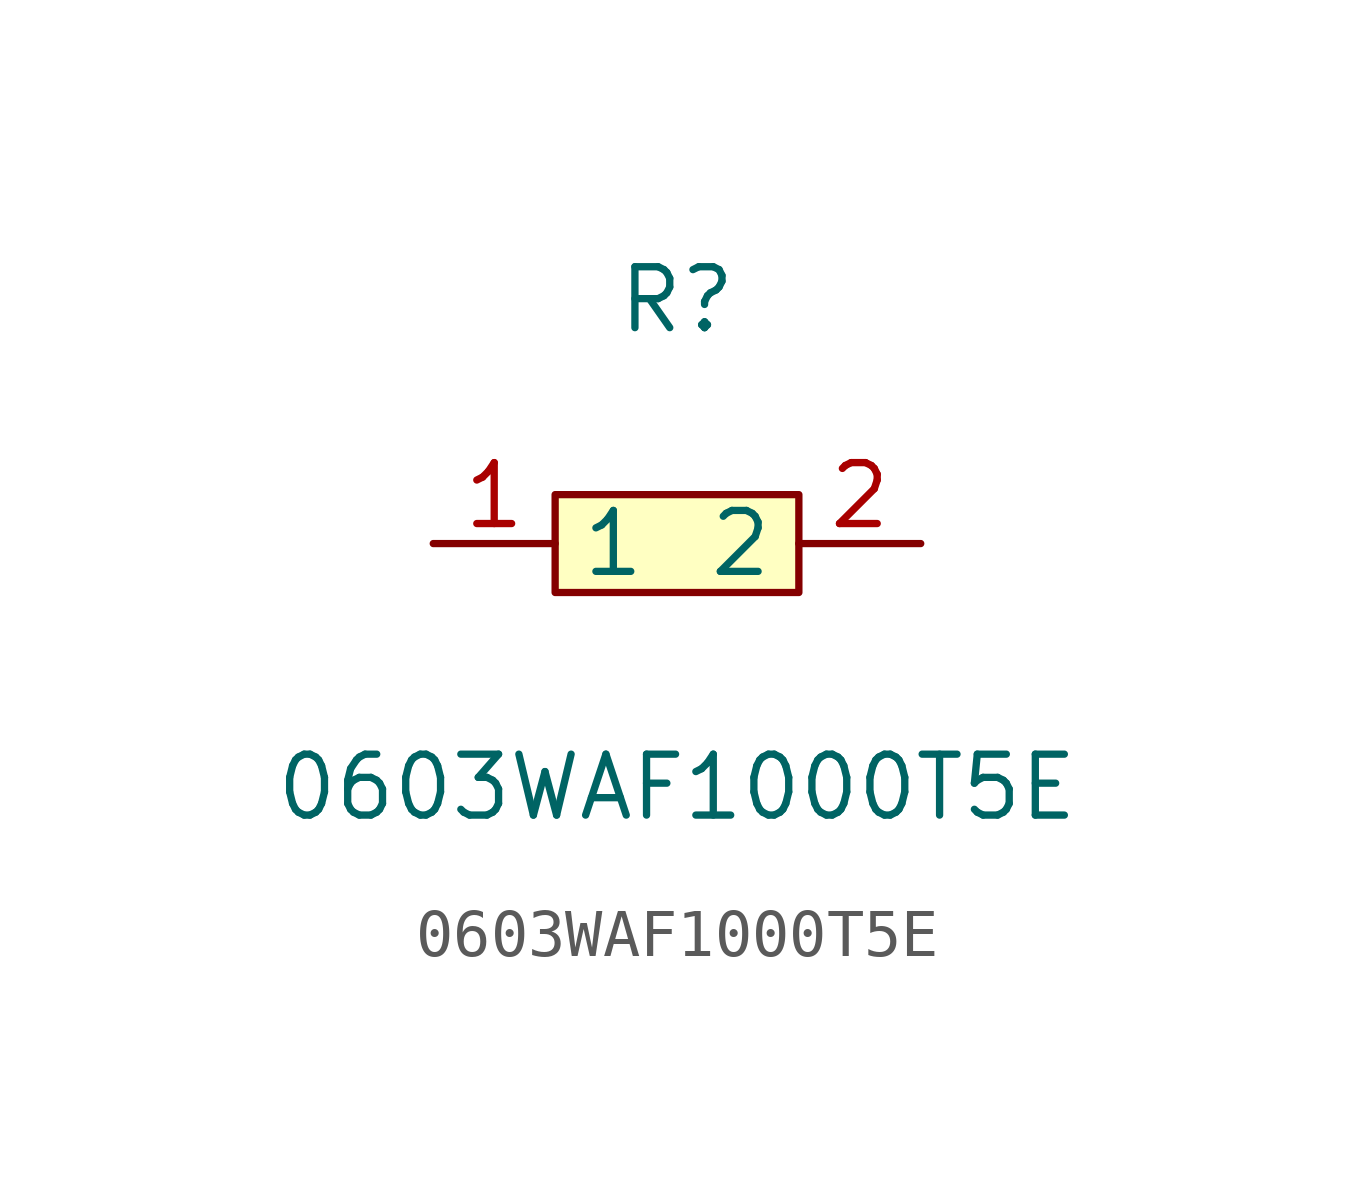
<source format=kicad_sym>
(kicad_symbol_lib
  (version 1)
  (generator "faebryk")
  (symbol "0603WAF1000T5E"
    (property "Reference" "R"
      (at 0 5.08 0)
      (effects (font (size 1.27 1.27)) (hide no)))
    (property "Value" "0603WAF1000T5E"
      (at 0 -5.08 0)
      (effects (font (size 1.27 1.27)) (hide no)))
    (symbol "0603WAF1000T5E_0_1"
      (rectangle (start -2.54 1.02) (end 2.54 -1.02) (stroke (width 0) (type default) (color 0 0 0 0)) (fill (type background)))
      (pin input line (at 5.08 0 180) (length 2.54) (name "2" (effects (font (size 1.27 1.27)) (hide no))) (number "2" (effects (font (size 1.27 1.27)) (hide no))))
      (pin input line (at -5.08 0 0) (length 2.54) (name "1" (effects (font (size 1.27 1.27)) (hide no))) (number "1" (effects (font (size 1.27 1.27)) (hide no)))))))
</source>
